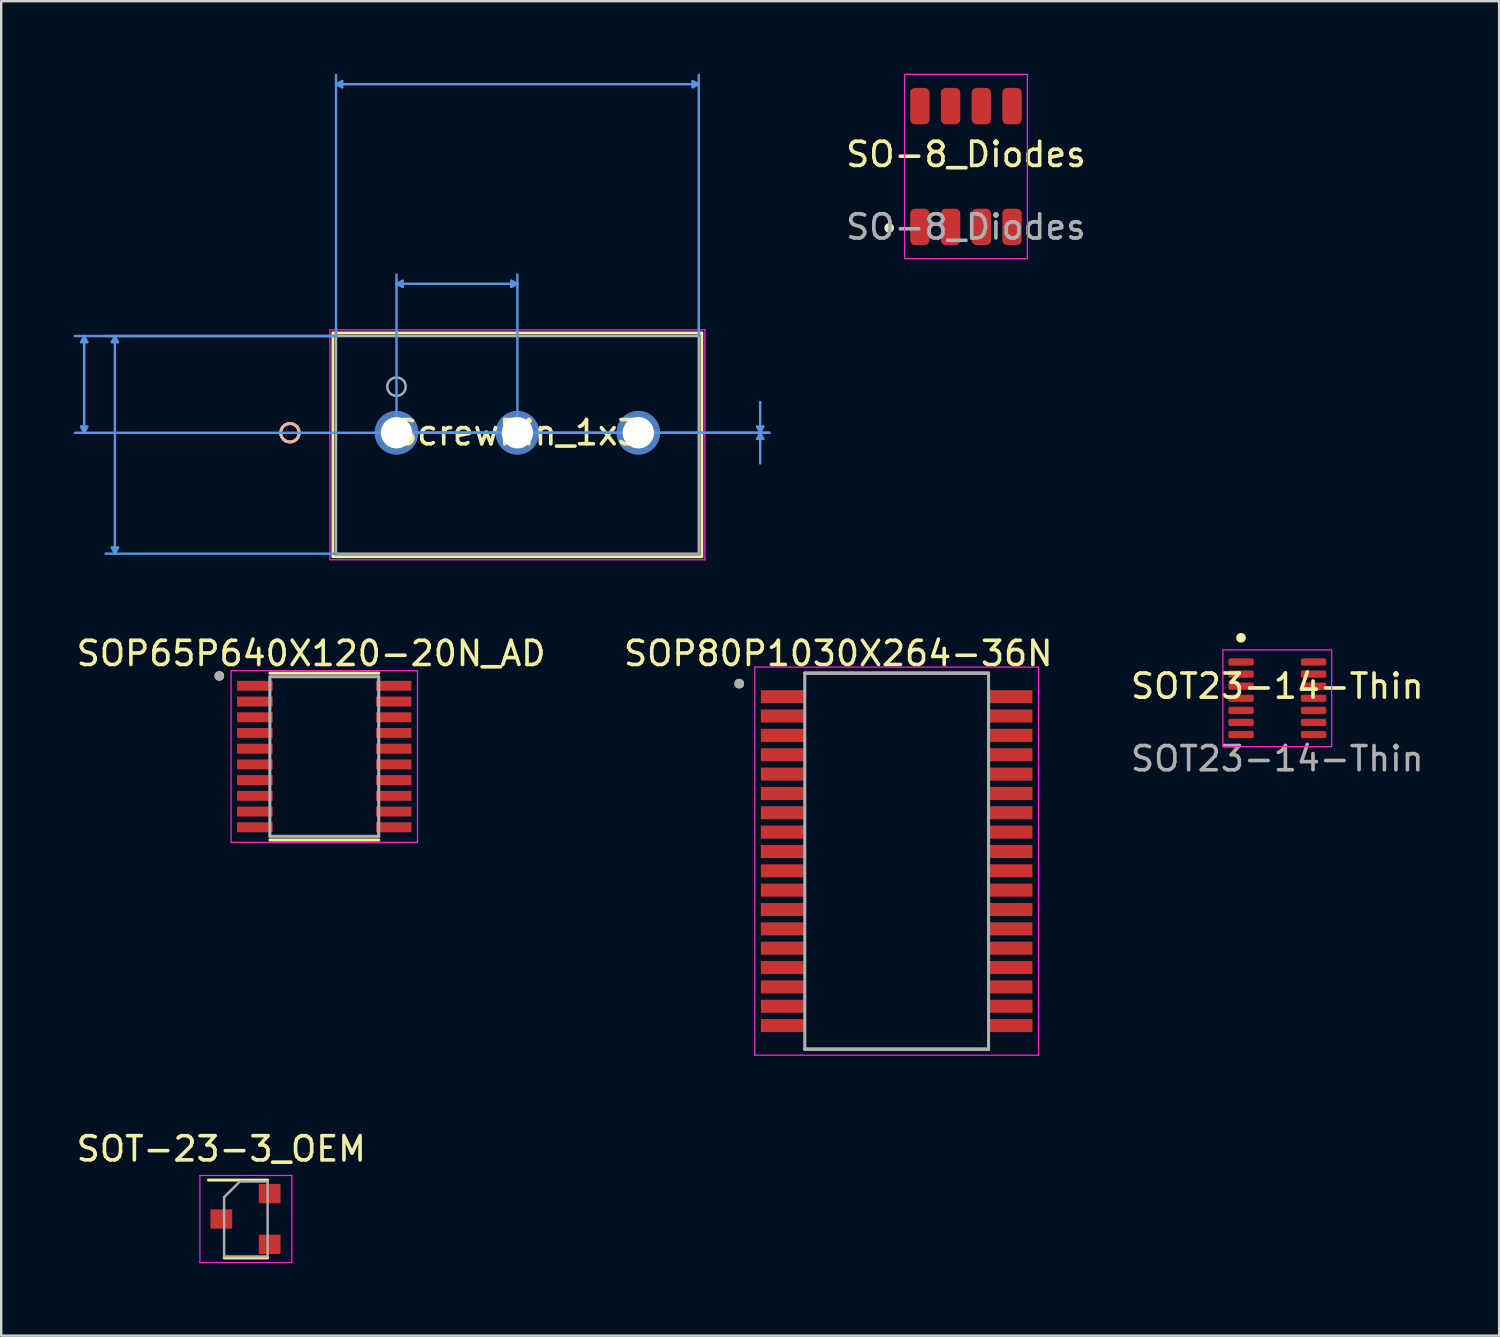
<source format=kicad_pcb>
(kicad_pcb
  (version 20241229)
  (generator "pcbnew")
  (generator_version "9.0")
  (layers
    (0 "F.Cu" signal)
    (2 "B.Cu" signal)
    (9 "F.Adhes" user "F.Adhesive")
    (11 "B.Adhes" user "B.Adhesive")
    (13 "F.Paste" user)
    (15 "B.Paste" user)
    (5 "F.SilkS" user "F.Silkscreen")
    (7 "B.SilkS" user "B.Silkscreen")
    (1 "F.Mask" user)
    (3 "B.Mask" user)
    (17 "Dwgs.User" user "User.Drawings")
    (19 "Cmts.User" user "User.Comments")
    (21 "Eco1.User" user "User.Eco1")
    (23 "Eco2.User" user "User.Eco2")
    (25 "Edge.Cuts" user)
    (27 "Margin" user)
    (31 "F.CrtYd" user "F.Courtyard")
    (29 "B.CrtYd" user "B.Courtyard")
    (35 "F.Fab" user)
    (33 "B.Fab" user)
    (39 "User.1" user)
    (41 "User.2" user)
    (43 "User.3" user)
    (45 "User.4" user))
  (footprint "SOT-23-3_OEM"
    (layer "F.Cu")
    (at 6.101 47.357)
    (property "Reference" "SOT-23-3_OEM" (at 0 -2.9 0) (layer "F.SilkS") (effects (font (size 1 1) (thickness 0.15))))
    (attr smd)
    (fp_line (start 0.116 1.61) (end 1.916 1.61) (stroke (width 0.12) (type solid)) (layer "F.SilkS"))
    (fp_line (start 1.916 -1.61) (end -0.534 -1.61) (stroke (width 0.12) (type solid)) (layer "F.SilkS"))
    (fp_line (start -0.884 -1.8) (end 2.916 -1.8) (stroke (width 0.05) (type solid)) (layer "F.CrtYd"))
    (fp_line (start -0.884 1.8) (end -0.884 -1.8) (stroke (width 0.05) (type solid)) (layer "F.CrtYd"))
    (fp_line (start 2.916 -1.8) (end 2.916 1.8) (stroke (width 0.05) (type solid)) (layer "F.CrtYd"))
    (fp_line (start 2.916 1.8) (end -0.884 1.8) (stroke (width 0.05) (type solid)) (layer "F.CrtYd"))
    (fp_line (start 0.116 -0.9) (end 0.116 1.55) (stroke (width 0.1) (type solid)) (layer "F.Fab"))
    (fp_line (start 0.116 -0.9) (end 0.766 -1.55) (stroke (width 0.1) (type solid)) (layer "F.Fab"))
    (fp_line (start 1.916 -1.55) (end 0.766 -1.55) (stroke (width 0.1) (type solid)) (layer "F.Fab"))
    (fp_line (start 1.916 -1.55) (end 1.916 1.55) (stroke (width 0.1) (type solid)) (layer "F.Fab"))
    (fp_line (start 1.916 1.55) (end 0.116 1.55) (stroke (width 0.1) (type solid)) (layer "F.Fab"))
    (pad "1" smd rect (at 0 0) (size 0.9 0.8) (layers "F.Cu" "F.Mask" "F.Paste"))
    (pad "2" smd rect (at 2 1.05) (size 0.9 0.8) (layers "F.Cu" "F.Mask" "F.Paste"))
    (pad "3" smd rect (at 2 -1.05) (size 0.9 0.8) (layers "F.Cu" "F.Mask" "F.Paste")))
  (footprint "SOP65P640X120-20N_AD"
    (layer "F.Cu")
    (at 10.36 28.234)
    (property "Reference" "SOP65P640X120-20N_AD" (at -0.545 -4.262 0) (layer "F.SilkS") (effects (font (size 1 1) (thickness 0.15))))
    (attr through_hole)
    (fp_line (start -2.25 -3.45) (end 2.25 -3.45) (stroke (width 0.127) (type solid)) (layer "F.SilkS"))
    (fp_line (start -2.25 3.45) (end 2.25 3.45) (stroke (width 0.127) (type solid)) (layer "F.SilkS"))
    (fp_circle (center -4.34 -3.335) (end -4.24 -3.335) (stroke (width 0.2) (type solid)) (fill no) (layer "F.SilkS"))
    (fp_line (start -3.855 -3.55) (end -3.855 3.55) (stroke (width 0.05) (type solid)) (layer "F.CrtYd"))
    (fp_line (start -3.855 -3.55) (end 3.855 -3.55) (stroke (width 0.05) (type solid)) (layer "F.CrtYd"))
    (fp_line (start -3.855 3.55) (end 3.855 3.55) (stroke (width 0.05) (type solid)) (layer "F.CrtYd"))
    (fp_line (start 3.855 -3.55) (end 3.855 3.55) (stroke (width 0.05) (type solid)) (layer "F.CrtYd"))
    (fp_line (start -2.25 -3.3) (end -2.25 3.3) (stroke (width 0.127) (type solid)) (layer "F.Fab"))
    (fp_line (start -2.25 -3.3) (end 2.25 -3.3) (stroke (width 0.127) (type solid)) (layer "F.Fab"))
    (fp_line (start -2.25 3.3) (end 2.25 3.3) (stroke (width 0.127) (type solid)) (layer "F.Fab"))
    (fp_line (start 2.25 -3.3) (end 2.25 3.3) (stroke (width 0.127) (type solid)) (layer "F.Fab"))
    (fp_circle (center -4.34 -3.335) (end -4.24 -3.335) (stroke (width 0.2) (type solid)) (fill no) (layer "F.Fab"))
    (pad "1" smd rect (at -2.87 -2.925) (size 1.47 0.41) (layers "F.Cu" "F.Mask" "F.Paste"))
    (pad "2" smd rect (at -2.87 -2.275) (size 1.47 0.41) (layers "F.Cu" "F.Mask" "F.Paste"))
    (pad "3" smd rect (at -2.87 -1.625) (size 1.47 0.41) (layers "F.Cu" "F.Mask" "F.Paste"))
    (pad "4" smd rect (at -2.87 -0.975) (size 1.47 0.41) (layers "F.Cu" "F.Mask" "F.Paste"))
    (pad "5" smd rect (at -2.87 -0.325) (size 1.47 0.41) (layers "F.Cu" "F.Mask" "F.Paste"))
    (pad "6" smd rect (at -2.87 0.325) (size 1.47 0.41) (layers "F.Cu" "F.Mask" "F.Paste"))
    (pad "7" smd rect (at -2.87 0.975) (size 1.47 0.41) (layers "F.Cu" "F.Mask" "F.Paste"))
    (pad "8" smd rect (at -2.87 1.625) (size 1.47 0.41) (layers "F.Cu" "F.Mask" "F.Paste"))
    (pad "9" smd rect (at -2.87 2.275) (size 1.47 0.41) (layers "F.Cu" "F.Mask" "F.Paste"))
    (pad "10" smd rect (at -2.87 2.925) (size 1.47 0.41) (layers "F.Cu" "F.Mask" "F.Paste"))
    (pad "11" smd rect (at 2.87 2.925) (size 1.47 0.41) (layers "F.Cu" "F.Mask" "F.Paste"))
    (pad "12" smd rect (at 2.87 2.275) (size 1.47 0.41) (layers "F.Cu" "F.Mask" "F.Paste"))
    (pad "13" smd rect (at 2.87 1.625) (size 1.47 0.41) (layers "F.Cu" "F.Mask" "F.Paste"))
    (pad "14" smd rect (at 2.87 0.975) (size 1.47 0.41) (layers "F.Cu" "F.Mask" "F.Paste"))
    (pad "15" smd rect (at 2.87 0.325) (size 1.47 0.41) (layers "F.Cu" "F.Mask" "F.Paste"))
    (pad "16" smd rect (at 2.87 -0.325) (size 1.47 0.41) (layers "F.Cu" "F.Mask" "F.Paste"))
    (pad "17" smd rect (at 2.87 -0.975) (size 1.47 0.41) (layers "F.Cu" "F.Mask" "F.Paste"))
    (pad "18" smd rect (at 2.87 -1.625) (size 1.47 0.41) (layers "F.Cu" "F.Mask" "F.Paste"))
    (pad "19" smd rect (at 2.87 -2.275) (size 1.47 0.41) (layers "F.Cu" "F.Mask" "F.Paste"))
    (pad "20" smd rect (at 2.87 -2.925) (size 1.47 0.41) (layers "F.Cu" "F.Mask" "F.Paste")))
  (footprint "SOT23-14-Thin"
    (layer "F.Cu")
    (at 49.768 25.824)
    (property "Reference" "SOT23-14-Thin" (at 0 -0.5 0) (unlocked yes) (layer "F.SilkS") (effects (font (size 1 1) (thickness 0.15))))
    (attr smd)
    (fp_circle (center -1.5 -2.5) (end -1.3 -2.5) (stroke (width 0) (type solid)) (fill yes) (layer "F.SilkS"))
    (fp_rect (start -2.25 -2) (end 2.25 2) (stroke (width 0.05) (type solid)) (fill no) (layer "F.CrtYd"))
    (fp_text user "${REFERENCE}" (at 0 2.5 0) (unlocked yes) (layer "F.Fab") (effects (font (size 1 1) (thickness 0.15))))
    (pad "1" smd roundrect (at -1.5 -1.5 180) (size 1.05 0.3) (layers "F.Cu" "F.Mask" "F.Paste") (roundrect_rratio 0.25))
    (pad "2" smd roundrect (at -1.5 -1 180) (size 1.05 0.3) (layers "F.Cu" "F.Mask" "F.Paste") (roundrect_rratio 0.25))
    (pad "3" smd roundrect (at -1.5 -0.5 180) (size 1.05 0.3) (layers "F.Cu" "F.Mask" "F.Paste") (roundrect_rratio 0.25))
    (pad "4" smd roundrect (at -1.5 0 180) (size 1.05 0.3) (layers "F.Cu" "F.Mask" "F.Paste") (roundrect_rratio 0.25))
    (pad "5" smd roundrect (at -1.5 0.5 180) (size 1.05 0.3) (layers "F.Cu" "F.Mask" "F.Paste") (roundrect_rratio 0.25))
    (pad "6" smd roundrect (at -1.5 1 180) (size 1.05 0.3) (layers "F.Cu" "F.Mask" "F.Paste") (roundrect_rratio 0.25))
    (pad "7" smd roundrect (at -1.5 1.5 180) (size 1.05 0.3) (layers "F.Cu" "F.Mask" "F.Paste") (roundrect_rratio 0.25))
    (pad "8" smd roundrect (at 1.5 1.5 180) (size 1.05 0.3) (layers "F.Cu" "F.Mask" "F.Paste") (roundrect_rratio 0.25))
    (pad "9" smd roundrect (at 1.5 1 180) (size 1.05 0.3) (layers "F.Cu" "F.Mask" "F.Paste") (roundrect_rratio 0.25))
    (pad "10" smd roundrect (at 1.5 0.5 180) (size 1.05 0.3) (layers "F.Cu" "F.Mask" "F.Paste") (roundrect_rratio 0.25))
    (pad "11" smd roundrect (at 1.5 0 180) (size 1.05 0.3) (layers "F.Cu" "F.Mask" "F.Paste") (roundrect_rratio 0.25))
    (pad "12" smd roundrect (at 1.5 -0.5 180) (size 1.05 0.3) (layers "F.Cu" "F.Mask" "F.Paste") (roundrect_rratio 0.25))
    (pad "13" smd roundrect (at 1.5 -1 180) (size 1.05 0.3) (layers "F.Cu" "F.Mask" "F.Paste") (roundrect_rratio 0.25))
    (pad "14" smd roundrect (at 1.5 -1.5 180) (size 1.05 0.3) (layers "F.Cu" "F.Mask" "F.Paste") (roundrect_rratio 0.25)))
  (footprint "ScrewPin_1x3"
    (layer "F.Cu")
    (at 13.345 14.845)
    (property "Reference" "ScrewPin_1x3" (at 5 0 0) (layer "F.SilkS") (effects (font (size 1 1) (thickness 0.15))))
    (attr through_hole)
    (fp_line (start -2.627 -4.127) (end -2.627 5.127) (stroke (width 0.12) (type solid)) (layer "F.SilkS"))
    (fp_line (start -2.627 5.127) (end 12.627 5.127) (stroke (width 0.12) (type solid)) (layer "F.SilkS"))
    (fp_line (start 12.627 -4.127) (end -2.627 -4.127) (stroke (width 0.12) (type solid)) (layer "F.SilkS"))
    (fp_line (start 12.627 5.127) (end 12.627 -4.127) (stroke (width 0.12) (type solid)) (layer "F.SilkS"))
    (fp_circle (center -4.405 0) (end -4.024 0) (stroke (width 0.12) (type solid)) (fill no) (layer "F.SilkS"))
    (fp_circle (center -4.405 0) (end -4.024 0) (stroke (width 0.12) (type solid)) (fill no) (layer "B.SilkS"))
    (fp_line (start -13.041 -3.746) (end -12.787 -3.746) (stroke (width 0.1) (type solid)) (layer "Cmts.User"))
    (fp_line (start -13.041 -0.254) (end -12.787 -0.254) (stroke (width 0.1) (type solid)) (layer "Cmts.User"))
    (fp_line (start -12.914 -4) (end -13.041 -3.746) (stroke (width 0.1) (type solid)) (layer "Cmts.User"))
    (fp_line (start -12.914 -4) (end -12.914 0) (stroke (width 0.1) (type solid)) (layer "Cmts.User"))
    (fp_line (start -12.914 -4) (end -12.787 -3.746) (stroke (width 0.1) (type solid)) (layer "Cmts.User"))
    (fp_line (start -12.914 0) (end -13.041 -0.254) (stroke (width 0.1) (type solid)) (layer "Cmts.User"))
    (fp_line (start -12.914 0) (end -12.787 -0.254) (stroke (width 0.1) (type solid)) (layer "Cmts.User"))
    (fp_line (start -11.771 -3.746) (end -11.517 -3.746) (stroke (width 0.1) (type solid)) (layer "Cmts.User"))
    (fp_line (start -11.771 4.746) (end -11.517 4.746) (stroke (width 0.1) (type solid)) (layer "Cmts.User"))
    (fp_line (start -11.644 -4) (end -11.771 -3.746) (stroke (width 0.1) (type solid)) (layer "Cmts.User"))
    (fp_line (start -11.644 -4) (end -11.644 5) (stroke (width 0.1) (type solid)) (layer "Cmts.User"))
    (fp_line (start -11.644 -4) (end -11.517 -3.746) (stroke (width 0.1) (type solid)) (layer "Cmts.User"))
    (fp_line (start -11.644 5) (end -11.771 4.746) (stroke (width 0.1) (type solid)) (layer "Cmts.User"))
    (fp_line (start -11.644 5) (end -11.517 4.746) (stroke (width 0.1) (type solid)) (layer "Cmts.User"))
    (fp_line (start -2.5 -14.414) (end -2.246 -14.541) (stroke (width 0.1) (type solid)) (layer "Cmts.User"))
    (fp_line (start -2.5 -14.414) (end -2.246 -14.287) (stroke (width 0.1) (type solid)) (layer "Cmts.User"))
    (fp_line (start -2.5 -14.414) (end 12.5 -14.414) (stroke (width 0.1) (type solid)) (layer "Cmts.User"))
    (fp_line (start -2.5 -4) (end -13.295 -4) (stroke (width 0.1) (type solid)) (layer "Cmts.User"))
    (fp_line (start -2.5 -4) (end -12.025 -4) (stroke (width 0.1) (type solid)) (layer "Cmts.User"))
    (fp_line (start -2.5 -4) (end -2.5 -14.795) (stroke (width 0.1) (type solid)) (layer "Cmts.User"))
    (fp_line (start -2.5 5) (end -12.025 5) (stroke (width 0.1) (type solid)) (layer "Cmts.User"))
    (fp_line (start -2.246 -14.541) (end -2.246 -14.287) (stroke (width 0.1) (type solid)) (layer "Cmts.User"))
    (fp_line (start 0 -6.159) (end 0.254 -6.286) (stroke (width 0.1) (type solid)) (layer "Cmts.User"))
    (fp_line (start 0 -6.159) (end 0.254 -6.032) (stroke (width 0.1) (type solid)) (layer "Cmts.User"))
    (fp_line (start 0 -6.159) (end 5 -6.159) (stroke (width 0.1) (type solid)) (layer "Cmts.User"))
    (fp_line (start 0 0) (end 0 -6.54) (stroke (width 0.1) (type solid)) (layer "Cmts.User"))
    (fp_line (start 0 0) (end 15.421 0) (stroke (width 0.1) (type solid)) (layer "Cmts.User"))
    (fp_line (start 0 0) (end 15.421 0) (stroke (width 0.1) (type solid)) (layer "Cmts.User"))
    (fp_line (start 0.254 -6.286) (end 0.254 -6.032) (stroke (width 0.1) (type solid)) (layer "Cmts.User"))
    (fp_line (start 4.746 -6.286) (end 4.746 -6.032) (stroke (width 0.1) (type solid)) (layer "Cmts.User"))
    (fp_line (start 5 -6.159) (end 4.746 -6.286) (stroke (width 0.1) (type solid)) (layer "Cmts.User"))
    (fp_line (start 5 -6.159) (end 4.746 -6.032) (stroke (width 0.1) (type solid)) (layer "Cmts.User"))
    (fp_line (start 5 0) (end -13.295 0) (stroke (width 0.1) (type solid)) (layer "Cmts.User"))
    (fp_line (start 5 0) (end 5 -6.54) (stroke (width 0.1) (type solid)) (layer "Cmts.User"))
    (fp_line (start 12.246 -14.541) (end 12.246 -14.287) (stroke (width 0.1) (type solid)) (layer "Cmts.User"))
    (fp_line (start 12.5 -14.414) (end 12.246 -14.541) (stroke (width 0.1) (type solid)) (layer "Cmts.User"))
    (fp_line (start 12.5 -14.414) (end 12.246 -14.287) (stroke (width 0.1) (type solid)) (layer "Cmts.User"))
    (fp_line (start 12.5 -4) (end 12.5 -14.795) (stroke (width 0.1) (type solid)) (layer "Cmts.User"))
    (fp_line (start 14.913 -0.254) (end 15.167 -0.254) (stroke (width 0.1) (type solid)) (layer "Cmts.User"))
    (fp_line (start 14.913 0.254) (end 15.167 0.254) (stroke (width 0.1) (type solid)) (layer "Cmts.User"))
    (fp_line (start 15.04 0) (end 14.913 -0.254) (stroke (width 0.1) (type solid)) (layer "Cmts.User"))
    (fp_line (start 15.04 0) (end 14.913 0.254) (stroke (width 0.1) (type solid)) (layer "Cmts.User"))
    (fp_line (start 15.04 0) (end 15.04 -1.27) (stroke (width 0.1) (type solid)) (layer "Cmts.User"))
    (fp_line (start 15.04 0) (end 15.04 1.27) (stroke (width 0.1) (type solid)) (layer "Cmts.User"))
    (fp_line (start 15.04 0) (end 15.167 -0.254) (stroke (width 0.1) (type solid)) (layer "Cmts.User"))
    (fp_line (start 15.04 0) (end 15.167 0.254) (stroke (width 0.1) (type solid)) (layer "Cmts.User"))
    (fp_line (start -2.754 -4.254) (end -2.754 5.254) (stroke (width 0.05) (type solid)) (layer "F.CrtYd"))
    (fp_line (start -2.754 5.254) (end 12.754 5.254) (stroke (width 0.05) (type solid)) (layer "F.CrtYd"))
    (fp_line (start 12.754 -4.254) (end -2.754 -4.254) (stroke (width 0.05) (type solid)) (layer "F.CrtYd"))
    (fp_line (start 12.754 5.254) (end 12.754 -4.254) (stroke (width 0.05) (type solid)) (layer "F.CrtYd"))
    (fp_line (start -2.5 -4) (end -2.5 5) (stroke (width 0.1) (type solid)) (layer "F.Fab"))
    (fp_line (start -2.5 5) (end 12.5 5) (stroke (width 0.1) (type solid)) (layer "F.Fab"))
    (fp_line (start 12.5 -4) (end -2.5 -4) (stroke (width 0.1) (type solid)) (layer "F.Fab"))
    (fp_line (start 12.5 5) (end 12.5 -4) (stroke (width 0.1) (type solid)) (layer "F.Fab"))
    (fp_circle (center 0 -1.905) (end 0.381 -1.905) (stroke (width 0.1) (type solid)) (fill no) (layer "F.Fab"))
    (fp_text user "Copyright 2021 Accelerated Designs. All rights reserved." (at 0 0 0) (layer "Cmts.User") (effects (font (size 0.127 0.127) (thickness 0.002))))
    (fp_text user "*" (at 0 0 0) (layer "F.Fab") (effects (font (size 1 1) (thickness 0.15))))
    (pad "1" thru_hole circle (at 0 0) (size 1.803 1.803) (drill 1.295) (layers "*.Cu" "*.Mask"))
    (pad "2" thru_hole circle (at 5 0) (size 1.803 1.803) (drill 1.295) (layers "*.Cu" "*.Mask"))
    (pad "3" thru_hole circle (at 10 0) (size 1.803 1.803) (drill 1.295) (layers "*.Cu" "*.Mask")))
  (footprint "SO-8_Diodes"
    (layer "F.Cu")
    (at 36.893 3.835)
    (property "Reference" "SO-8_Diodes" (at 0 -0.5 0) (unlocked yes) (layer "F.SilkS") (effects (font (size 1 1) (thickness 0.15))))
    (attr smd)
    (fp_circle (center -3.175 2.54) (end -2.975 2.54) (stroke (width 0) (type solid)) (fill yes) (layer "F.SilkS"))
    (fp_rect (start -2.54 -3.81) (end 2.54 3.81) (stroke (width 0.05) (type solid)) (fill no) (layer "F.CrtYd"))
    (fp_text user "${REFERENCE}" (at 0 2.5 0) (unlocked yes) (layer "F.Fab") (effects (font (size 1 1) (thickness 0.15))))
    (pad "1" smd roundrect (at -1.905 2.498) (size 0.802 1.505) (layers "F.Cu" "F.Mask" "F.Paste") (roundrect_rratio 0.25))
    (pad "2" smd roundrect (at -0.635 2.498) (size 0.802 1.505) (layers "F.Cu" "F.Mask" "F.Paste") (roundrect_rratio 0.25))
    (pad "3" smd roundrect (at 0.635 2.498) (size 0.802 1.505) (layers "F.Cu" "F.Mask" "F.Paste") (roundrect_rratio 0.25))
    (pad "4" smd roundrect (at 1.905 2.498) (size 0.802 1.505) (layers "F.Cu" "F.Mask" "F.Paste") (roundrect_rratio 0.25))
    (pad "5" smd roundrect (at 1.905 -2.498) (size 0.802 1.505) (layers "F.Cu" "F.Mask" "F.Paste") (roundrect_rratio 0.25))
    (pad "6" smd roundrect (at 0.635 -2.498) (size 0.802 1.505) (layers "F.Cu" "F.Mask" "F.Paste") (roundrect_rratio 0.25))
    (pad "7" smd roundrect (at -0.635 -2.498) (size 0.802 1.505) (layers "F.Cu" "F.Mask" "F.Paste") (roundrect_rratio 0.25))
    (pad "8" smd roundrect (at -1.905 -2.498) (size 0.802 1.505) (layers "F.Cu" "F.Mask" "F.Paste") (roundrect_rratio 0.25)))
  (footprint "SOP80P1030X264-36N"
    (layer "F.Cu")
    (at 34.028 32.559)
    (property "Reference" "SOP80P1030X264-36N" (at -2.415 -8.587 0) (layer "F.SilkS") (effects (font (size 1 1) (thickness 0.15))))
    (attr through_hole)
    (fp_line (start -3.8 -7.775) (end 3.8 -7.775) (stroke (width 0.127) (type solid)) (layer "F.SilkS"))
    (fp_line (start -3.8 7.775) (end 3.8 7.775) (stroke (width 0.127) (type solid)) (layer "F.SilkS"))
    (fp_circle (center -6.51 -7.34) (end -6.41 -7.34) (stroke (width 0.2) (type solid)) (fill no) (layer "F.SilkS"))
    (fp_line (start -5.865 -8.025) (end -5.865 8.025) (stroke (width 0.05) (type solid)) (layer "F.CrtYd"))
    (fp_line (start -5.865 -8.025) (end 5.865 -8.025) (stroke (width 0.05) (type solid)) (layer "F.CrtYd"))
    (fp_line (start -5.865 8.025) (end 5.865 8.025) (stroke (width 0.05) (type solid)) (layer "F.CrtYd"))
    (fp_line (start 5.865 -8.025) (end 5.865 8.025) (stroke (width 0.05) (type solid)) (layer "F.CrtYd"))
    (fp_line (start -3.8 -7.775) (end -3.8 7.775) (stroke (width 0.127) (type solid)) (layer "F.Fab"))
    (fp_line (start -3.8 -7.775) (end 3.8 -7.775) (stroke (width 0.127) (type solid)) (layer "F.Fab"))
    (fp_line (start -3.8 7.775) (end 3.8 7.775) (stroke (width 0.127) (type solid)) (layer "F.Fab"))
    (fp_line (start 3.8 -7.775) (end 3.8 7.775) (stroke (width 0.127) (type solid)) (layer "F.Fab"))
    (fp_circle (center -6.51 -7.34) (end -6.41 -7.34) (stroke (width 0.2) (type solid)) (fill no) (layer "F.Fab"))
    (pad "1" smd rect (at -4.72 -6.8) (size 1.79 0.54) (layers "F.Cu" "F.Mask" "F.Paste"))
    (pad "2" smd rect (at -4.72 -6) (size 1.79 0.54) (layers "F.Cu" "F.Mask" "F.Paste"))
    (pad "3" smd rect (at -4.72 -5.2) (size 1.79 0.54) (layers "F.Cu" "F.Mask" "F.Paste"))
    (pad "4" smd rect (at -4.72 -4.4) (size 1.79 0.54) (layers "F.Cu" "F.Mask" "F.Paste"))
    (pad "5" smd rect (at -4.72 -3.6) (size 1.79 0.54) (layers "F.Cu" "F.Mask" "F.Paste"))
    (pad "6" smd rect (at -4.72 -2.8) (size 1.79 0.54) (layers "F.Cu" "F.Mask" "F.Paste"))
    (pad "7" smd rect (at -4.72 -2) (size 1.79 0.54) (layers "F.Cu" "F.Mask" "F.Paste"))
    (pad "8" smd rect (at -4.72 -1.2) (size 1.79 0.54) (layers "F.Cu" "F.Mask" "F.Paste"))
    (pad "9" smd rect (at -4.72 -0.4) (size 1.79 0.54) (layers "F.Cu" "F.Mask" "F.Paste"))
    (pad "10" smd rect (at -4.72 0.4) (size 1.79 0.54) (layers "F.Cu" "F.Mask" "F.Paste"))
    (pad "11" smd rect (at -4.72 1.2) (size 1.79 0.54) (layers "F.Cu" "F.Mask" "F.Paste"))
    (pad "12" smd rect (at -4.72 2) (size 1.79 0.54) (layers "F.Cu" "F.Mask" "F.Paste"))
    (pad "13" smd rect (at -4.72 2.8) (size 1.79 0.54) (layers "F.Cu" "F.Mask" "F.Paste"))
    (pad "14" smd rect (at -4.72 3.6) (size 1.79 0.54) (layers "F.Cu" "F.Mask" "F.Paste"))
    (pad "15" smd rect (at -4.72 4.4) (size 1.79 0.54) (layers "F.Cu" "F.Mask" "F.Paste"))
    (pad "16" smd rect (at -4.72 5.2) (size 1.79 0.54) (layers "F.Cu" "F.Mask" "F.Paste"))
    (pad "17" smd rect (at -4.72 6) (size 1.79 0.54) (layers "F.Cu" "F.Mask" "F.Paste"))
    (pad "18" smd rect (at -4.72 6.8) (size 1.79 0.54) (layers "F.Cu" "F.Mask" "F.Paste"))
    (pad "19" smd rect (at 4.72 6.8) (size 1.79 0.54) (layers "F.Cu" "F.Mask" "F.Paste"))
    (pad "20" smd rect (at 4.72 6) (size 1.79 0.54) (layers "F.Cu" "F.Mask" "F.Paste"))
    (pad "21" smd rect (at 4.72 5.2) (size 1.79 0.54) (layers "F.Cu" "F.Mask" "F.Paste"))
    (pad "22" smd rect (at 4.72 4.4) (size 1.79 0.54) (layers "F.Cu" "F.Mask" "F.Paste"))
    (pad "23" smd rect (at 4.72 3.6) (size 1.79 0.54) (layers "F.Cu" "F.Mask" "F.Paste"))
    (pad "24" smd rect (at 4.72 2.8) (size 1.79 0.54) (layers "F.Cu" "F.Mask" "F.Paste"))
    (pad "25" smd rect (at 4.72 2) (size 1.79 0.54) (layers "F.Cu" "F.Mask" "F.Paste"))
    (pad "26" smd rect (at 4.72 1.2) (size 1.79 0.54) (layers "F.Cu" "F.Mask" "F.Paste"))
    (pad "27" smd rect (at 4.72 0.4) (size 1.79 0.54) (layers "F.Cu" "F.Mask" "F.Paste"))
    (pad "28" smd rect (at 4.72 -0.4) (size 1.79 0.54) (layers "F.Cu" "F.Mask" "F.Paste"))
    (pad "29" smd rect (at 4.72 -1.2) (size 1.79 0.54) (layers "F.Cu" "F.Mask" "F.Paste"))
    (pad "30" smd rect (at 4.72 -2) (size 1.79 0.54) (layers "F.Cu" "F.Mask" "F.Paste"))
    (pad "31" smd rect (at 4.72 -2.8) (size 1.79 0.54) (layers "F.Cu" "F.Mask" "F.Paste"))
    (pad "32" smd rect (at 4.72 -3.6) (size 1.79 0.54) (layers "F.Cu" "F.Mask" "F.Paste"))
    (pad "33" smd rect (at 4.72 -4.4) (size 1.79 0.54) (layers "F.Cu" "F.Mask" "F.Paste"))
    (pad "34" smd rect (at 4.72 -5.2) (size 1.79 0.54) (layers "F.Cu" "F.Mask" "F.Paste"))
    (pad "35" smd rect (at 4.72 -6) (size 1.79 0.54) (layers "F.Cu" "F.Mask" "F.Paste"))
    (pad "36" smd rect (at 4.72 -6.8) (size 1.79 0.54) (layers "F.Cu" "F.Mask" "F.Paste")))
  (gr_rect
    (start -3 -3)
    (end 58.94 52.182)
    (stroke (width 0.1) (type default))
    (fill no)
    (layer "Edge.Cuts")))
</source>
